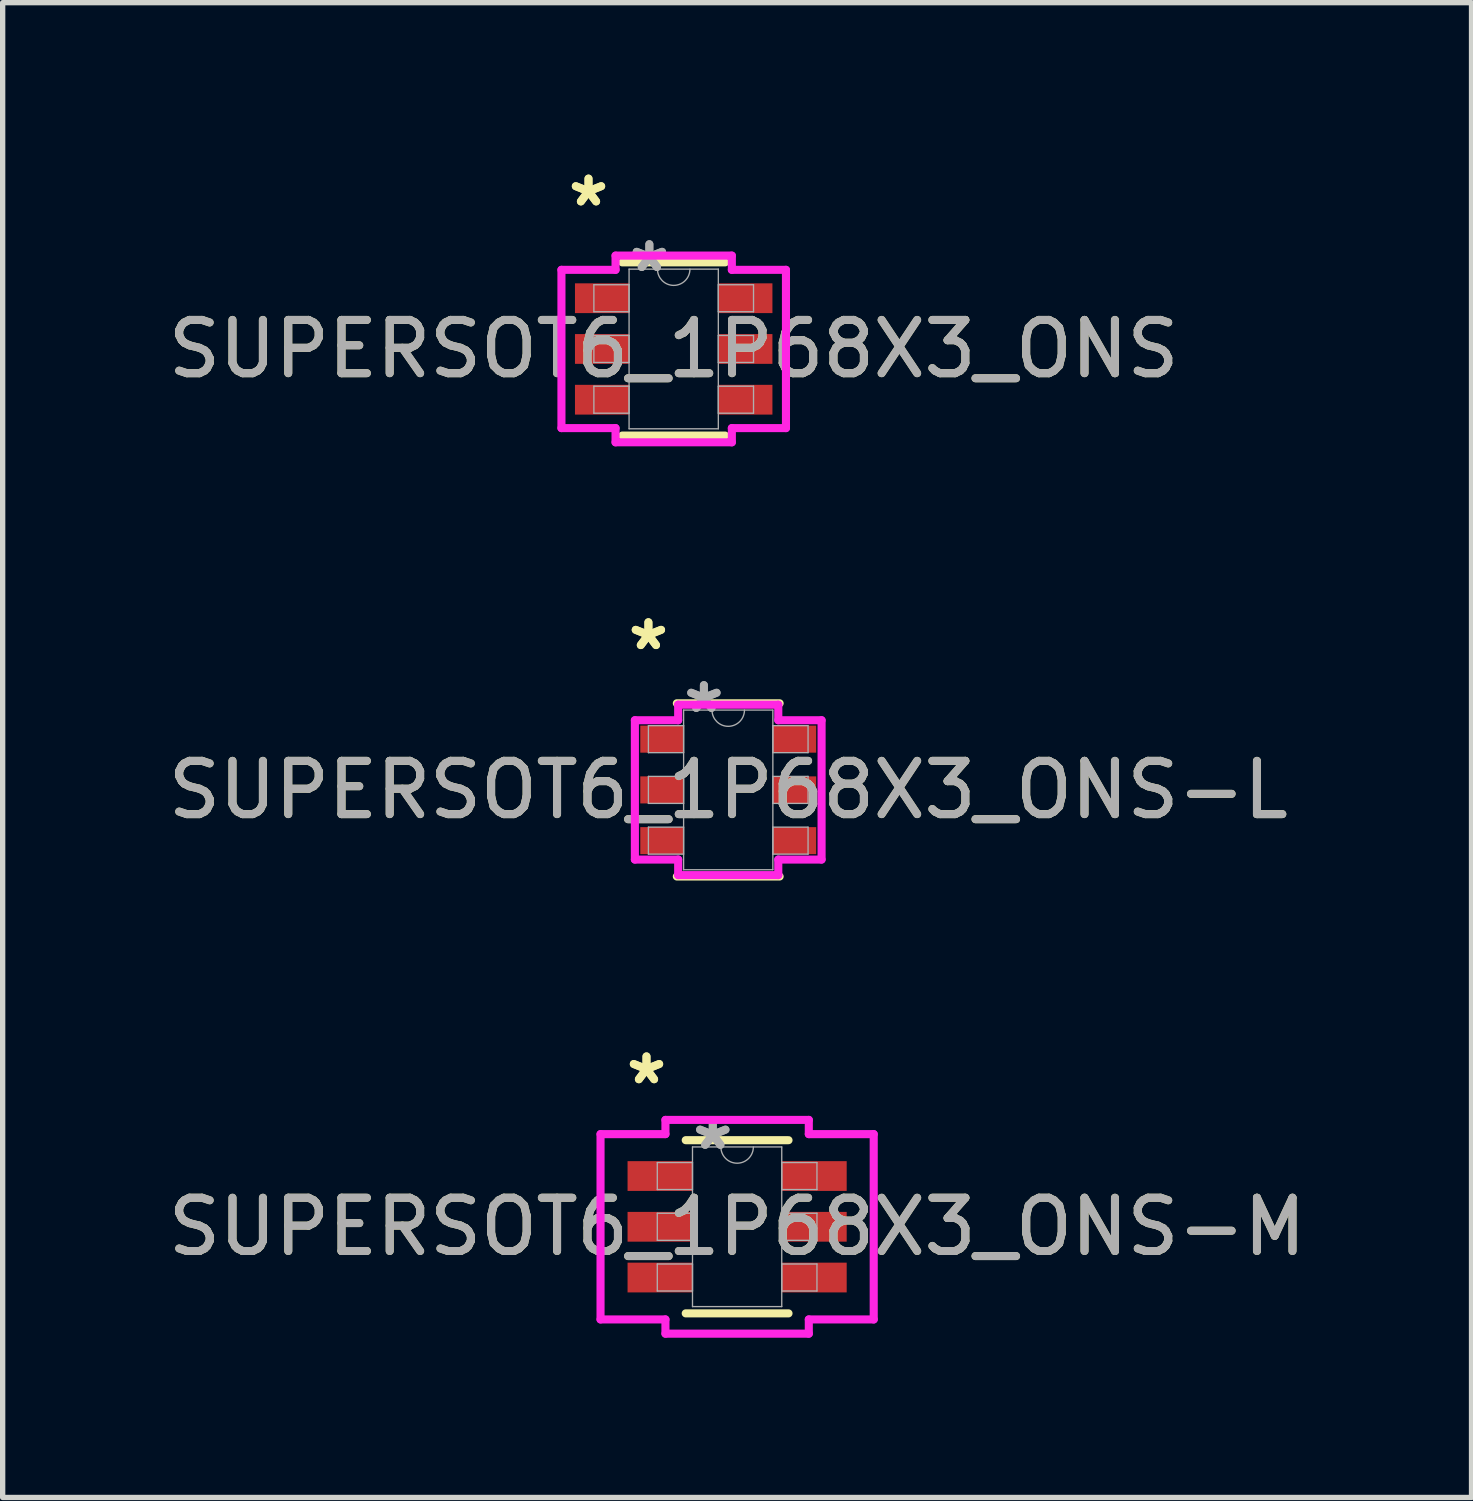
<source format=kicad_pcb>
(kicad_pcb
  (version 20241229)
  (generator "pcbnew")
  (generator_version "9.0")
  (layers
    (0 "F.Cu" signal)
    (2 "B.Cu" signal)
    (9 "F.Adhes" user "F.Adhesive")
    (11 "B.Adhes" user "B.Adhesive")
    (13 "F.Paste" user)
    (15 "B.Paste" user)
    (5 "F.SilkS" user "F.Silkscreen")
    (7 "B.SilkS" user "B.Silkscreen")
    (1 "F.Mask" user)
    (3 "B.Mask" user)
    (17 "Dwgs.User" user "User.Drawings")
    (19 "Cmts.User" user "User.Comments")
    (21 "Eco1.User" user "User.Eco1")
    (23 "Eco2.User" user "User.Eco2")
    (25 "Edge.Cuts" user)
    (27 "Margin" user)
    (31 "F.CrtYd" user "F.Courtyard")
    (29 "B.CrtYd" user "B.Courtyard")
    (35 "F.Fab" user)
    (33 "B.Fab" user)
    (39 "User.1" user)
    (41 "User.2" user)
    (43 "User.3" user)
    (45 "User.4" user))
  (footprint "SUPERSOT6_1P68X3_ONS-L"
    (layer "F.Cu")
    (at 10.625 11.783)
    (property "Reference" "SUPERSOT6_1P68X3_ONS-L" (at 0 0 0) (unlocked yes) (layer "F.SilkS") (effects (font (size 1 1) (thickness 0.15))))
    (attr smd)
    (fp_line (start -0.965 1.626) (end 0.965 1.626) (stroke (width 0.152) (type solid)) (layer "F.SilkS"))
    (fp_line (start 0.965 -1.626) (end -0.965 -1.626) (stroke (width 0.152) (type solid)) (layer "F.SilkS"))
    (fp_line (start -1.753 -1.308) (end -0.94 -1.308) (stroke (width 0.152) (type solid)) (layer "F.CrtYd"))
    (fp_line (start -1.753 1.308) (end -1.753 -1.308) (stroke (width 0.152) (type solid)) (layer "F.CrtYd"))
    (fp_line (start -1.753 1.308) (end -0.94 1.308) (stroke (width 0.152) (type solid)) (layer "F.CrtYd"))
    (fp_line (start -0.94 -1.6) (end 0.94 -1.6) (stroke (width 0.152) (type solid)) (layer "F.CrtYd"))
    (fp_line (start -0.94 -1.308) (end -0.94 -1.6) (stroke (width 0.152) (type solid)) (layer "F.CrtYd"))
    (fp_line (start -0.94 1.6) (end -0.94 1.308) (stroke (width 0.152) (type solid)) (layer "F.CrtYd"))
    (fp_line (start 0.94 -1.6) (end 0.94 -1.308) (stroke (width 0.152) (type solid)) (layer "F.CrtYd"))
    (fp_line (start 0.94 1.308) (end 0.94 1.6) (stroke (width 0.152) (type solid)) (layer "F.CrtYd"))
    (fp_line (start 0.94 1.6) (end -0.94 1.6) (stroke (width 0.152) (type solid)) (layer "F.CrtYd"))
    (fp_line (start 1.753 -1.308) (end 0.94 -1.308) (stroke (width 0.152) (type solid)) (layer "F.CrtYd"))
    (fp_line (start 1.753 -1.308) (end 1.753 1.308) (stroke (width 0.152) (type solid)) (layer "F.CrtYd"))
    (fp_line (start 1.753 1.308) (end 0.94 1.308) (stroke (width 0.152) (type solid)) (layer "F.CrtYd"))
    (fp_line (start -1.499 -1.206) (end -1.499 -0.699) (stroke (width 0.025) (type solid)) (layer "F.Fab"))
    (fp_line (start -1.499 -0.699) (end -0.838 -0.699) (stroke (width 0.025) (type solid)) (layer "F.Fab"))
    (fp_line (start -1.499 -0.254) (end -1.499 0.254) (stroke (width 0.025) (type solid)) (layer "F.Fab"))
    (fp_line (start -1.499 0.254) (end -0.838 0.254) (stroke (width 0.025) (type solid)) (layer "F.Fab"))
    (fp_line (start -1.499 0.699) (end -1.499 1.206) (stroke (width 0.025) (type solid)) (layer "F.Fab"))
    (fp_line (start -1.499 1.206) (end -0.838 1.206) (stroke (width 0.025) (type solid)) (layer "F.Fab"))
    (fp_line (start -0.838 -1.499) (end -0.838 1.499) (stroke (width 0.025) (type solid)) (layer "F.Fab"))
    (fp_line (start -0.838 -1.206) (end -1.499 -1.206) (stroke (width 0.025) (type solid)) (layer "F.Fab"))
    (fp_line (start -0.838 -0.699) (end -0.838 -1.206) (stroke (width 0.025) (type solid)) (layer "F.Fab"))
    (fp_line (start -0.838 -0.254) (end -1.499 -0.254) (stroke (width 0.025) (type solid)) (layer "F.Fab"))
    (fp_line (start -0.838 0.254) (end -0.838 -0.254) (stroke (width 0.025) (type solid)) (layer "F.Fab"))
    (fp_line (start -0.838 0.699) (end -1.499 0.699) (stroke (width 0.025) (type solid)) (layer "F.Fab"))
    (fp_line (start -0.838 1.206) (end -0.838 0.699) (stroke (width 0.025) (type solid)) (layer "F.Fab"))
    (fp_line (start -0.838 1.499) (end 0.838 1.499) (stroke (width 0.025) (type solid)) (layer "F.Fab"))
    (fp_line (start 0.838 -1.499) (end -0.838 -1.499) (stroke (width 0.025) (type solid)) (layer "F.Fab"))
    (fp_line (start 0.838 -1.206) (end 0.838 -0.699) (stroke (width 0.025) (type solid)) (layer "F.Fab"))
    (fp_line (start 0.838 -0.699) (end 1.499 -0.699) (stroke (width 0.025) (type solid)) (layer "F.Fab"))
    (fp_line (start 0.838 -0.254) (end 0.838 0.254) (stroke (width 0.025) (type solid)) (layer "F.Fab"))
    (fp_line (start 0.838 0.254) (end 1.499 0.254) (stroke (width 0.025) (type solid)) (layer "F.Fab"))
    (fp_line (start 0.838 0.699) (end 0.838 1.206) (stroke (width 0.025) (type solid)) (layer "F.Fab"))
    (fp_line (start 0.838 1.206) (end 1.499 1.206) (stroke (width 0.025) (type solid)) (layer "F.Fab"))
    (fp_line (start 0.838 1.499) (end 0.838 -1.499) (stroke (width 0.025) (type solid)) (layer "F.Fab"))
    (fp_line (start 1.499 -1.206) (end 0.838 -1.206) (stroke (width 0.025) (type solid)) (layer "F.Fab"))
    (fp_line (start 1.499 -0.699) (end 1.499 -1.206) (stroke (width 0.025) (type solid)) (layer "F.Fab"))
    (fp_line (start 1.499 -0.254) (end 0.838 -0.254) (stroke (width 0.025) (type solid)) (layer "F.Fab"))
    (fp_line (start 1.499 0.254) (end 1.499 -0.254) (stroke (width 0.025) (type solid)) (layer "F.Fab"))
    (fp_line (start 1.499 0.699) (end 0.838 0.699) (stroke (width 0.025) (type solid)) (layer "F.Fab"))
    (fp_line (start 1.499 1.206) (end 1.499 0.699) (stroke (width 0.025) (type solid)) (layer "F.Fab"))
    (fp_arc (start 0.3048 -1.4986) (mid 0 -1.1938) (end -0.3048 -1.4986) (stroke (width 0.0254) (type solid)) (layer "F.Fab"))
    (fp_text user "*" (at -1.499 -2.603 0) (unlocked yes) (layer "F.SilkS") (effects (font (size 1 1) (thickness 0.15))))
    (fp_text user "*" (at -1.499 -2.603 0) (layer "F.SilkS") (effects (font (size 1 1) (thickness 0.15))))
    (fp_text user "*" (at -0.457 -1.422 0) (layer "F.Fab") (effects (font (size 1 1) (thickness 0.15))))
    (fp_text user "*" (at -0.457 -1.422 0) (unlocked yes) (layer "F.Fab") (effects (font (size 1 1) (thickness 0.15))))
    (fp_text user "${REFERENCE}" (at 0 0 0) (unlocked yes) (layer "F.Fab") (effects (font (size 1 1) (thickness 0.15))))
    (pad "1" smd rect (at -1.245 -0.953) (size 0.813 0.508) (layers "F.Cu" "F.Mask" "F.Paste"))
    (pad "2" smd rect (at -1.245 0) (size 0.813 0.508) (layers "F.Cu" "F.Mask" "F.Paste"))
    (pad "3" smd rect (at -1.245 0.953) (size 0.813 0.508) (layers "F.Cu" "F.Mask" "F.Paste"))
    (pad "4" smd rect (at 1.245 0.953) (size 0.813 0.508) (layers "F.Cu" "F.Mask" "F.Paste"))
    (pad "5" smd rect (at 1.245 0) (size 0.813 0.508) (layers "F.Cu" "F.Mask" "F.Paste"))
    (pad "6" smd rect (at 1.245 -0.953) (size 0.813 0.508) (layers "F.Cu" "F.Mask" "F.Paste")))
  (footprint "SUPERSOT6_1P68X3_ONS-M"
    (layer "F.Cu")
    (at 10.792 19.987)
    (property "Reference" "SUPERSOT6_1P68X3_ONS-M" (at 0 0 0) (unlocked yes) (layer "F.SilkS") (effects (font (size 1 1) (thickness 0.15))))
    (attr smd)
    (fp_line (start -0.965 1.626) (end 0.965 1.626) (stroke (width 0.152) (type solid)) (layer "F.SilkS"))
    (fp_line (start 0.965 -1.626) (end -0.965 -1.626) (stroke (width 0.152) (type solid)) (layer "F.SilkS"))
    (fp_line (start -2.565 -1.74) (end -1.346 -1.74) (stroke (width 0.152) (type solid)) (layer "F.CrtYd"))
    (fp_line (start -2.565 1.74) (end -2.565 -1.74) (stroke (width 0.152) (type solid)) (layer "F.CrtYd"))
    (fp_line (start -2.565 1.74) (end -1.346 1.74) (stroke (width 0.152) (type solid)) (layer "F.CrtYd"))
    (fp_line (start -1.346 -2.007) (end 1.346 -2.007) (stroke (width 0.152) (type solid)) (layer "F.CrtYd"))
    (fp_line (start -1.346 -1.74) (end -1.346 -2.007) (stroke (width 0.152) (type solid)) (layer "F.CrtYd"))
    (fp_line (start -1.346 2.007) (end -1.346 1.74) (stroke (width 0.152) (type solid)) (layer "F.CrtYd"))
    (fp_line (start 1.346 -2.007) (end 1.346 -1.74) (stroke (width 0.152) (type solid)) (layer "F.CrtYd"))
    (fp_line (start 1.346 1.74) (end 1.346 2.007) (stroke (width 0.152) (type solid)) (layer "F.CrtYd"))
    (fp_line (start 1.346 2.007) (end -1.346 2.007) (stroke (width 0.152) (type solid)) (layer "F.CrtYd"))
    (fp_line (start 2.565 -1.74) (end 1.346 -1.74) (stroke (width 0.152) (type solid)) (layer "F.CrtYd"))
    (fp_line (start 2.565 -1.74) (end 2.565 1.74) (stroke (width 0.152) (type solid)) (layer "F.CrtYd"))
    (fp_line (start 2.565 1.74) (end 1.346 1.74) (stroke (width 0.152) (type solid)) (layer "F.CrtYd"))
    (fp_line (start -1.499 -1.206) (end -1.499 -0.699) (stroke (width 0.025) (type solid)) (layer "F.Fab"))
    (fp_line (start -1.499 -0.699) (end -0.838 -0.699) (stroke (width 0.025) (type solid)) (layer "F.Fab"))
    (fp_line (start -1.499 -0.254) (end -1.499 0.254) (stroke (width 0.025) (type solid)) (layer "F.Fab"))
    (fp_line (start -1.499 0.254) (end -0.838 0.254) (stroke (width 0.025) (type solid)) (layer "F.Fab"))
    (fp_line (start -1.499 0.699) (end -1.499 1.206) (stroke (width 0.025) (type solid)) (layer "F.Fab"))
    (fp_line (start -1.499 1.206) (end -0.838 1.206) (stroke (width 0.025) (type solid)) (layer "F.Fab"))
    (fp_line (start -0.838 -1.499) (end -0.838 1.499) (stroke (width 0.025) (type solid)) (layer "F.Fab"))
    (fp_line (start -0.838 -1.206) (end -1.499 -1.206) (stroke (width 0.025) (type solid)) (layer "F.Fab"))
    (fp_line (start -0.838 -0.699) (end -0.838 -1.206) (stroke (width 0.025) (type solid)) (layer "F.Fab"))
    (fp_line (start -0.838 -0.254) (end -1.499 -0.254) (stroke (width 0.025) (type solid)) (layer "F.Fab"))
    (fp_line (start -0.838 0.254) (end -0.838 -0.254) (stroke (width 0.025) (type solid)) (layer "F.Fab"))
    (fp_line (start -0.838 0.699) (end -1.499 0.699) (stroke (width 0.025) (type solid)) (layer "F.Fab"))
    (fp_line (start -0.838 1.206) (end -0.838 0.699) (stroke (width 0.025) (type solid)) (layer "F.Fab"))
    (fp_line (start -0.838 1.499) (end 0.838 1.499) (stroke (width 0.025) (type solid)) (layer "F.Fab"))
    (fp_line (start 0.838 -1.499) (end -0.838 -1.499) (stroke (width 0.025) (type solid)) (layer "F.Fab"))
    (fp_line (start 0.838 -1.206) (end 0.838 -0.699) (stroke (width 0.025) (type solid)) (layer "F.Fab"))
    (fp_line (start 0.838 -0.699) (end 1.499 -0.699) (stroke (width 0.025) (type solid)) (layer "F.Fab"))
    (fp_line (start 0.838 -0.254) (end 0.838 0.254) (stroke (width 0.025) (type solid)) (layer "F.Fab"))
    (fp_line (start 0.838 0.254) (end 1.499 0.254) (stroke (width 0.025) (type solid)) (layer "F.Fab"))
    (fp_line (start 0.838 0.699) (end 0.838 1.206) (stroke (width 0.025) (type solid)) (layer "F.Fab"))
    (fp_line (start 0.838 1.206) (end 1.499 1.206) (stroke (width 0.025) (type solid)) (layer "F.Fab"))
    (fp_line (start 0.838 1.499) (end 0.838 -1.499) (stroke (width 0.025) (type solid)) (layer "F.Fab"))
    (fp_line (start 1.499 -1.206) (end 0.838 -1.206) (stroke (width 0.025) (type solid)) (layer "F.Fab"))
    (fp_line (start 1.499 -0.699) (end 1.499 -1.206) (stroke (width 0.025) (type solid)) (layer "F.Fab"))
    (fp_line (start 1.499 -0.254) (end 0.838 -0.254) (stroke (width 0.025) (type solid)) (layer "F.Fab"))
    (fp_line (start 1.499 0.254) (end 1.499 -0.254) (stroke (width 0.025) (type solid)) (layer "F.Fab"))
    (fp_line (start 1.499 0.699) (end 0.838 0.699) (stroke (width 0.025) (type solid)) (layer "F.Fab"))
    (fp_line (start 1.499 1.206) (end 1.499 0.699) (stroke (width 0.025) (type solid)) (layer "F.Fab"))
    (fp_arc (start 0.3048 -1.4986) (mid 0 -1.1938) (end -0.3048 -1.4986) (stroke (width 0.0254) (type solid)) (layer "F.Fab"))
    (fp_text user "*" (at -1.702 -2.654 0) (layer "F.SilkS") (effects (font (size 1 1) (thickness 0.15))))
    (fp_text user "*" (at -1.702 -2.654 0) (unlocked yes) (layer "F.SilkS") (effects (font (size 1 1) (thickness 0.15))))
    (fp_text user "${REFERENCE}" (at 0 0 0) (unlocked yes) (layer "F.Fab") (effects (font (size 1 1) (thickness 0.15))))
    (fp_text user "*" (at -0.457 -1.422 0) (unlocked yes) (layer "F.Fab") (effects (font (size 1 1) (thickness 0.15))))
    (fp_text user "*" (at -0.457 -1.422 0) (layer "F.Fab") (effects (font (size 1 1) (thickness 0.15))))
    (pad "1" smd rect (at -1.448 -0.953) (size 1.219 0.559) (layers "F.Cu" "F.Mask" "F.Paste"))
    (pad "2" smd rect (at -1.448 0) (size 1.219 0.559) (layers "F.Cu" "F.Mask" "F.Paste"))
    (pad "3" smd rect (at -1.448 0.953) (size 1.219 0.559) (layers "F.Cu" "F.Mask" "F.Paste"))
    (pad "4" smd rect (at 1.448 0.953) (size 1.219 0.559) (layers "F.Cu" "F.Mask" "F.Paste"))
    (pad "5" smd rect (at 1.448 0) (size 1.219 0.559) (layers "F.Cu" "F.Mask" "F.Paste"))
    (pad "6" smd rect (at 1.448 -0.953) (size 1.219 0.559) (layers "F.Cu" "F.Mask" "F.Paste")))
  (footprint "SUPERSOT6_1P68X3_ONS"
    (layer "F.Cu")
    (at 9.601 3.503)
    (property "Reference" "SUPERSOT6_1P68X3_ONS" (at 0 0 0) (unlocked yes) (layer "F.SilkS") (effects (font (size 1 1) (thickness 0.15))))
    (attr smd)
    (fp_line (start -0.965 1.626) (end 0.965 1.626) (stroke (width 0.152) (type solid)) (layer "F.SilkS"))
    (fp_line (start 0.965 -1.626) (end -0.965 -1.626) (stroke (width 0.152) (type solid)) (layer "F.SilkS"))
    (fp_line (start -2.108 -1.486) (end -1.092 -1.486) (stroke (width 0.152) (type solid)) (layer "F.CrtYd"))
    (fp_line (start -2.108 1.486) (end -2.108 -1.486) (stroke (width 0.152) (type solid)) (layer "F.CrtYd"))
    (fp_line (start -2.108 1.486) (end -1.092 1.486) (stroke (width 0.152) (type solid)) (layer "F.CrtYd"))
    (fp_line (start -1.092 -1.753) (end 1.092 -1.753) (stroke (width 0.152) (type solid)) (layer "F.CrtYd"))
    (fp_line (start -1.092 -1.486) (end -1.092 -1.753) (stroke (width 0.152) (type solid)) (layer "F.CrtYd"))
    (fp_line (start -1.092 1.753) (end -1.092 1.486) (stroke (width 0.152) (type solid)) (layer "F.CrtYd"))
    (fp_line (start 1.092 -1.753) (end 1.092 -1.486) (stroke (width 0.152) (type solid)) (layer "F.CrtYd"))
    (fp_line (start 1.092 1.486) (end 1.092 1.753) (stroke (width 0.152) (type solid)) (layer "F.CrtYd"))
    (fp_line (start 1.092 1.753) (end -1.092 1.753) (stroke (width 0.152) (type solid)) (layer "F.CrtYd"))
    (fp_line (start 2.108 -1.486) (end 1.092 -1.486) (stroke (width 0.152) (type solid)) (layer "F.CrtYd"))
    (fp_line (start 2.108 -1.486) (end 2.108 1.486) (stroke (width 0.152) (type solid)) (layer "F.CrtYd"))
    (fp_line (start 2.108 1.486) (end 1.092 1.486) (stroke (width 0.152) (type solid)) (layer "F.CrtYd"))
    (fp_line (start -1.499 -1.206) (end -1.499 -0.699) (stroke (width 0.025) (type solid)) (layer "F.Fab"))
    (fp_line (start -1.499 -0.699) (end -0.838 -0.699) (stroke (width 0.025) (type solid)) (layer "F.Fab"))
    (fp_line (start -1.499 -0.254) (end -1.499 0.254) (stroke (width 0.025) (type solid)) (layer "F.Fab"))
    (fp_line (start -1.499 0.254) (end -0.838 0.254) (stroke (width 0.025) (type solid)) (layer "F.Fab"))
    (fp_line (start -1.499 0.699) (end -1.499 1.206) (stroke (width 0.025) (type solid)) (layer "F.Fab"))
    (fp_line (start -1.499 1.206) (end -0.838 1.206) (stroke (width 0.025) (type solid)) (layer "F.Fab"))
    (fp_line (start -0.838 -1.499) (end -0.838 1.499) (stroke (width 0.025) (type solid)) (layer "F.Fab"))
    (fp_line (start -0.838 -1.206) (end -1.499 -1.206) (stroke (width 0.025) (type solid)) (layer "F.Fab"))
    (fp_line (start -0.838 -0.699) (end -0.838 -1.206) (stroke (width 0.025) (type solid)) (layer "F.Fab"))
    (fp_line (start -0.838 -0.254) (end -1.499 -0.254) (stroke (width 0.025) (type solid)) (layer "F.Fab"))
    (fp_line (start -0.838 0.254) (end -0.838 -0.254) (stroke (width 0.025) (type solid)) (layer "F.Fab"))
    (fp_line (start -0.838 0.699) (end -1.499 0.699) (stroke (width 0.025) (type solid)) (layer "F.Fab"))
    (fp_line (start -0.838 1.206) (end -0.838 0.699) (stroke (width 0.025) (type solid)) (layer "F.Fab"))
    (fp_line (start -0.838 1.499) (end 0.838 1.499) (stroke (width 0.025) (type solid)) (layer "F.Fab"))
    (fp_line (start 0.838 -1.499) (end -0.838 -1.499) (stroke (width 0.025) (type solid)) (layer "F.Fab"))
    (fp_line (start 0.838 -1.206) (end 0.838 -0.699) (stroke (width 0.025) (type solid)) (layer "F.Fab"))
    (fp_line (start 0.838 -0.699) (end 1.499 -0.699) (stroke (width 0.025) (type solid)) (layer "F.Fab"))
    (fp_line (start 0.838 -0.254) (end 0.838 0.254) (stroke (width 0.025) (type solid)) (layer "F.Fab"))
    (fp_line (start 0.838 0.254) (end 1.499 0.254) (stroke (width 0.025) (type solid)) (layer "F.Fab"))
    (fp_line (start 0.838 0.699) (end 0.838 1.206) (stroke (width 0.025) (type solid)) (layer "F.Fab"))
    (fp_line (start 0.838 1.206) (end 1.499 1.206) (stroke (width 0.025) (type solid)) (layer "F.Fab"))
    (fp_line (start 0.838 1.499) (end 0.838 -1.499) (stroke (width 0.025) (type solid)) (layer "F.Fab"))
    (fp_line (start 1.499 -1.206) (end 0.838 -1.206) (stroke (width 0.025) (type solid)) (layer "F.Fab"))
    (fp_line (start 1.499 -0.699) (end 1.499 -1.206) (stroke (width 0.025) (type solid)) (layer "F.Fab"))
    (fp_line (start 1.499 -0.254) (end 0.838 -0.254) (stroke (width 0.025) (type solid)) (layer "F.Fab"))
    (fp_line (start 1.499 0.254) (end 1.499 -0.254) (stroke (width 0.025) (type solid)) (layer "F.Fab"))
    (fp_line (start 1.499 0.699) (end 0.838 0.699) (stroke (width 0.025) (type solid)) (layer "F.Fab"))
    (fp_line (start 1.499 1.206) (end 1.499 0.699) (stroke (width 0.025) (type solid)) (layer "F.Fab"))
    (fp_arc (start 0.3048 -1.4986) (mid 0 -1.1938) (end -0.3048 -1.4986) (stroke (width 0.0254) (type solid)) (layer "F.Fab"))
    (fp_text user "*" (at -1.6 -2.654 0) (unlocked yes) (layer "F.SilkS") (effects (font (size 1 1) (thickness 0.15))))
    (fp_text user "*" (at -1.6 -2.654 0) (layer "F.SilkS") (effects (font (size 1 1) (thickness 0.15))))
    (fp_text user "*" (at -0.457 -1.422 0) (unlocked yes) (layer "F.Fab") (effects (font (size 1 1) (thickness 0.15))))
    (fp_text user "${REFERENCE}" (at 0 0 0) (unlocked yes) (layer "F.Fab") (effects (font (size 1 1) (thickness 0.15))))
    (fp_text user "*" (at -0.457 -1.422 0) (layer "F.Fab") (effects (font (size 1 1) (thickness 0.15))))
    (pad "1" smd rect (at -1.346 -0.953) (size 1.016 0.559) (layers "F.Cu" "F.Mask" "F.Paste"))
    (pad "2" smd rect (at -1.346 0) (size 1.016 0.559) (layers "F.Cu" "F.Mask" "F.Paste"))
    (pad "3" smd rect (at -1.346 0.953) (size 1.016 0.559) (layers "F.Cu" "F.Mask" "F.Paste"))
    (pad "4" smd rect (at 1.346 0.953) (size 1.016 0.559) (layers "F.Cu" "F.Mask" "F.Paste"))
    (pad "5" smd rect (at 1.346 0) (size 1.016 0.559) (layers "F.Cu" "F.Mask" "F.Paste"))
    (pad "6" smd rect (at 1.346 -0.953) (size 1.016 0.559) (layers "F.Cu" "F.Mask" "F.Paste")))
  (gr_rect
    (start -3 -3)
    (end 24.583 25.07)
    (stroke (width 0.1) (type default))
    (fill no)
    (layer "Edge.Cuts")))
</source>
